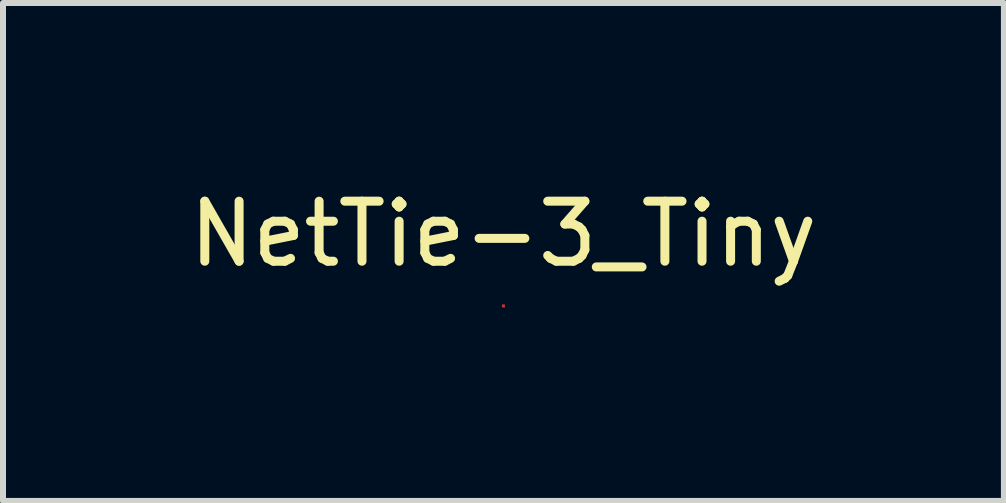
<source format=kicad_pcb>
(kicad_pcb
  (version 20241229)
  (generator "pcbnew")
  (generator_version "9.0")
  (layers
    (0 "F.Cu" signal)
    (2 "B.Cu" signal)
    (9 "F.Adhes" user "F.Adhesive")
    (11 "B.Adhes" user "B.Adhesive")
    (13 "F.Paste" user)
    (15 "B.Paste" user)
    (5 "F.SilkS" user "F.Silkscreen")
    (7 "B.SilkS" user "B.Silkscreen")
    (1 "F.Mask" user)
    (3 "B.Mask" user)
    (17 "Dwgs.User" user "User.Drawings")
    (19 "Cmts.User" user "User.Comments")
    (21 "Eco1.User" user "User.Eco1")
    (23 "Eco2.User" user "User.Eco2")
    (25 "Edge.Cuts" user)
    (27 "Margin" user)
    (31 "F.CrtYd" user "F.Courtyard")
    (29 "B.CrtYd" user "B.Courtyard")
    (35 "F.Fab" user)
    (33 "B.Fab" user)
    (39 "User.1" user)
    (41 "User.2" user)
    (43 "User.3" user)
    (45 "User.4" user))
  (footprint "NetTie-3_Tiny"
    (layer "F.Cu")
    (at 5.339 2.048)
    (property "Reference" "NetTie-3_Tiny" (at 0 -1.2 0) (layer "F.SilkS") (effects (font (size 1 1) (thickness 0.15))))
    (attr exclude_from_pos_files exclude_from_bom)
    (fp_poly (pts (xy -0.025 -0.025) (xy 0.025 -0.025) (xy 0.025 0.025) (xy -0.025 0.025)) (stroke (width 0) (type solid)) (fill yes) (layer "F.Cu"))
    (pad "1" smd circle (at 0 0) (size 0.01 0.01) (layers "F.Cu"))
    (pad "2" smd circle (at 0 0) (size 0.01 0.01) (layers "F.Cu"))
    (pad "3" smd circle (at 0 0) (size 0.01 0.01) (layers "F.Cu")))
  (gr_rect
    (start -3 -3)
    (end 13.679 5.298)
    (stroke (width 0.1) (type default))
    (fill no)
    (layer "Edge.Cuts")))
</source>
